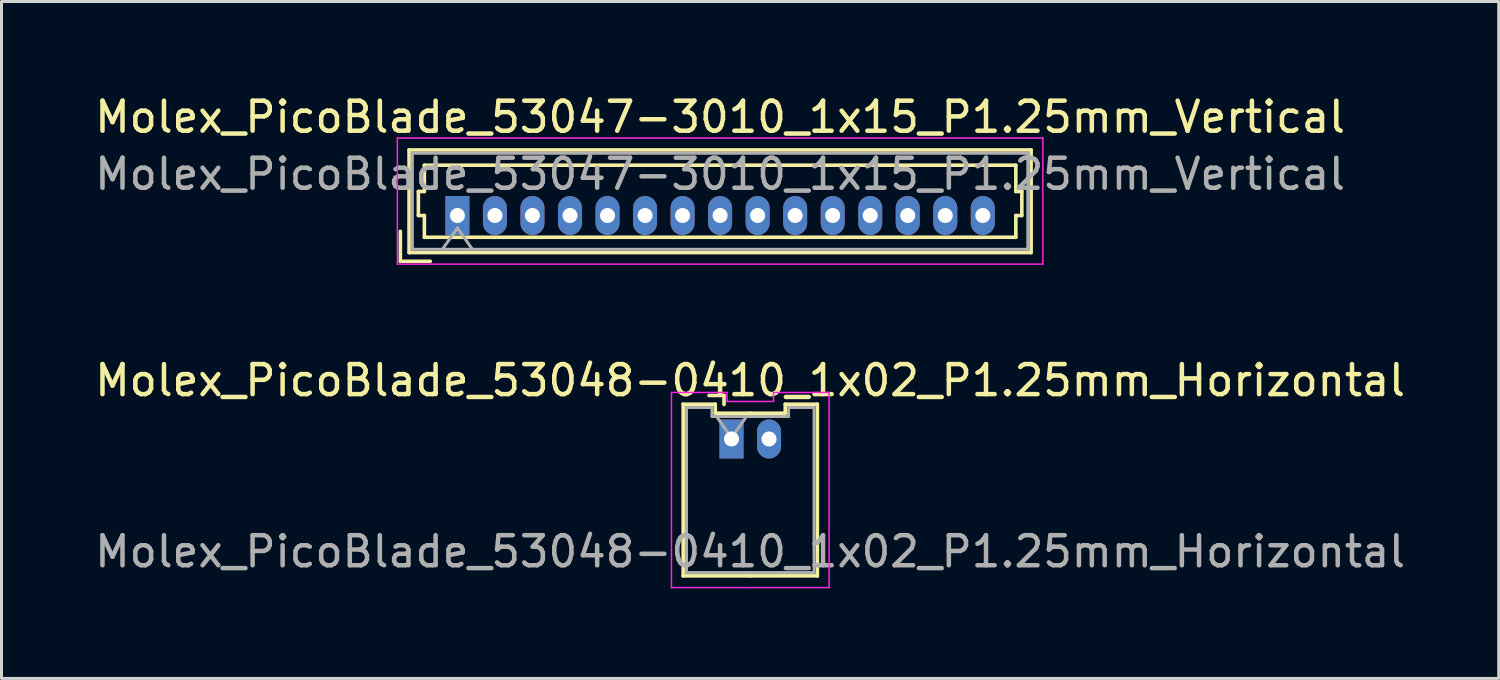
<source format=kicad_pcb>
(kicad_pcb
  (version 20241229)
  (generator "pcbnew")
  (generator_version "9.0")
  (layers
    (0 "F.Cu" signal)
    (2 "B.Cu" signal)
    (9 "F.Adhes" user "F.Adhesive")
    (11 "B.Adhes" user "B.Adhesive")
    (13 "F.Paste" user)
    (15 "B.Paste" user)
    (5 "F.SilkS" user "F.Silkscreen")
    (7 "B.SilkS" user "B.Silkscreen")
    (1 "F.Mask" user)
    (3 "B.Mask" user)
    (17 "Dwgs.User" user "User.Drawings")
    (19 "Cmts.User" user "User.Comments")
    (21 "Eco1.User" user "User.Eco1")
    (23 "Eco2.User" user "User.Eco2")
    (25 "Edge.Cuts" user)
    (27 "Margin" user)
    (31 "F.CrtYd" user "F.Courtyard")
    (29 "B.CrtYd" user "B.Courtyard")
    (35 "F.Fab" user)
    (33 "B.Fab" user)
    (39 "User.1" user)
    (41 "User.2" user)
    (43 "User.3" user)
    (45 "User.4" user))
  (footprint "Molex_PicoBlade_53047-3010_1x15_P1.25mm_Vertical"
    (layer "F.Cu")
    (at 12.185 4.128)
    (property "Reference" "Molex_PicoBlade_53047-3010_1x15_P1.25mm_Vertical" (at 8.75 -3.28 0) (layer "F.SilkS") (effects (font (size 1 1) (thickness 0.15))))
    (attr through_hole)
    (fp_line (start -1.9 1.525) (end -1.9 0.525) (stroke (width 0.12) (type solid)) (layer "F.SilkS"))
    (fp_line (start -1.9 1.525) (end -0.9 1.525) (stroke (width 0.12) (type solid)) (layer "F.SilkS"))
    (fp_line (start -1.61 -2.185) (end -1.61 1.235) (stroke (width 0.12) (type solid)) (layer "F.SilkS"))
    (fp_line (start -1.61 1.235) (end 19.11 1.235) (stroke (width 0.12) (type solid)) (layer "F.SilkS"))
    (fp_line (start -1.3 -0.8) (end -1.1 -0.8) (stroke (width 0.12) (type solid)) (layer "F.SilkS"))
    (fp_line (start -1.3 0) (end -1.3 -0.8) (stroke (width 0.12) (type solid)) (layer "F.SilkS"))
    (fp_line (start -1.1 -1.675) (end 8.75 -1.675) (stroke (width 0.12) (type solid)) (layer "F.SilkS"))
    (fp_line (start -1.1 -0.8) (end -1.1 -1.675) (stroke (width 0.12) (type solid)) (layer "F.SilkS"))
    (fp_line (start -1.1 0) (end -1.3 0) (stroke (width 0.12) (type solid)) (layer "F.SilkS"))
    (fp_line (start -1.1 0.725) (end -1.1 0) (stroke (width 0.12) (type solid)) (layer "F.SilkS"))
    (fp_line (start 8.75 0.725) (end -1.1 0.725) (stroke (width 0.12) (type solid)) (layer "F.SilkS"))
    (fp_line (start 8.75 0.725) (end 18.6 0.725) (stroke (width 0.12) (type solid)) (layer "F.SilkS"))
    (fp_line (start 18.6 -1.675) (end 8.75 -1.675) (stroke (width 0.12) (type solid)) (layer "F.SilkS"))
    (fp_line (start 18.6 -0.8) (end 18.6 -1.675) (stroke (width 0.12) (type solid)) (layer "F.SilkS"))
    (fp_line (start 18.6 0) (end 18.8 0) (stroke (width 0.12) (type solid)) (layer "F.SilkS"))
    (fp_line (start 18.6 0.725) (end 18.6 0) (stroke (width 0.12) (type solid)) (layer "F.SilkS"))
    (fp_line (start 18.8 -0.8) (end 18.6 -0.8) (stroke (width 0.12) (type solid)) (layer "F.SilkS"))
    (fp_line (start 18.8 0) (end 18.8 -0.8) (stroke (width 0.12) (type solid)) (layer "F.SilkS"))
    (fp_line (start 19.11 -2.185) (end -1.61 -2.185) (stroke (width 0.12) (type solid)) (layer "F.SilkS"))
    (fp_line (start 19.11 1.235) (end 19.11 -2.185) (stroke (width 0.12) (type solid)) (layer "F.SilkS"))
    (fp_line (start -2 -2.58) (end -2 1.62) (stroke (width 0.05) (type solid)) (layer "F.CrtYd"))
    (fp_line (start -2 1.62) (end 19.5 1.62) (stroke (width 0.05) (type solid)) (layer "F.CrtYd"))
    (fp_line (start 19.5 -2.58) (end -2 -2.58) (stroke (width 0.05) (type solid)) (layer "F.CrtYd"))
    (fp_line (start 19.5 1.62) (end 19.5 -2.58) (stroke (width 0.05) (type solid)) (layer "F.CrtYd"))
    (fp_line (start -1.5 -2.075) (end -1.5 1.125) (stroke (width 0.1) (type solid)) (layer "F.Fab"))
    (fp_line (start -1.5 1.125) (end 19 1.125) (stroke (width 0.1) (type solid)) (layer "F.Fab"))
    (fp_line (start -0.5 1.125) (end 0 0.418) (stroke (width 0.1) (type solid)) (layer "F.Fab"))
    (fp_line (start 0 0.418) (end 0.5 1.125) (stroke (width 0.1) (type solid)) (layer "F.Fab"))
    (fp_line (start 19 -2.075) (end -1.5 -2.075) (stroke (width 0.1) (type solid)) (layer "F.Fab"))
    (fp_line (start 19 1.125) (end 19 -2.075) (stroke (width 0.1) (type solid)) (layer "F.Fab"))
    (fp_text user "${REFERENCE}" (at 8.75 -1.38 0) (layer "F.Fab") (effects (font (size 1 1) (thickness 0.15))))
    (pad "1" thru_hole rect (at 0 0) (size 0.8 1.3) (drill 0.5) (layers "*.Cu" "*.Mask"))
    (pad "2" thru_hole oval (at 1.25 0) (size 0.8 1.3) (drill 0.5) (layers "*.Cu" "*.Mask"))
    (pad "3" thru_hole oval (at 2.5 0) (size 0.8 1.3) (drill 0.5) (layers "*.Cu" "*.Mask"))
    (pad "4" thru_hole oval (at 3.75 0) (size 0.8 1.3) (drill 0.5) (layers "*.Cu" "*.Mask"))
    (pad "5" thru_hole oval (at 5 0) (size 0.8 1.3) (drill 0.5) (layers "*.Cu" "*.Mask"))
    (pad "6" thru_hole oval (at 6.25 0) (size 0.8 1.3) (drill 0.5) (layers "*.Cu" "*.Mask"))
    (pad "7" thru_hole oval (at 7.5 0) (size 0.8 1.3) (drill 0.5) (layers "*.Cu" "*.Mask"))
    (pad "8" thru_hole oval (at 8.75 0) (size 0.8 1.3) (drill 0.5) (layers "*.Cu" "*.Mask"))
    (pad "9" thru_hole oval (at 10 0) (size 0.8 1.3) (drill 0.5) (layers "*.Cu" "*.Mask"))
    (pad "10" thru_hole oval (at 11.25 0) (size 0.8 1.3) (drill 0.5) (layers "*.Cu" "*.Mask"))
    (pad "11" thru_hole oval (at 12.5 0) (size 0.8 1.3) (drill 0.5) (layers "*.Cu" "*.Mask"))
    (pad "12" thru_hole oval (at 13.75 0) (size 0.8 1.3) (drill 0.5) (layers "*.Cu" "*.Mask"))
    (pad "13" thru_hole oval (at 15 0) (size 0.8 1.3) (drill 0.5) (layers "*.Cu" "*.Mask"))
    (pad "14" thru_hole oval (at 16.25 0) (size 0.8 1.3) (drill 0.5) (layers "*.Cu" "*.Mask"))
    (pad "15" thru_hole oval (at 17.5 0) (size 0.8 1.3) (drill 0.5) (layers "*.Cu" "*.Mask")))
  (footprint "Molex_PicoBlade_53048-0410_1x02_P1.25mm_Horizontal"
    (layer "F.Cu")
    (at 21.315 11.572)
    (property "Reference" "Molex_PicoBlade_53048-0410_1x02_P1.25mm_Horizontal" (at 0.62 -1.95 0) (layer "F.SilkS") (effects (font (size 1 1) (thickness 0.15))))
    (attr through_hole)
    (fp_line (start -1.61 -1.16) (end -1.61 4.56) (stroke (width 0.12) (type solid)) (layer "F.SilkS"))
    (fp_line (start -1.61 4.56) (end 0.625 4.56) (stroke (width 0.12) (type solid)) (layer "F.SilkS"))
    (fp_line (start -0.54 -1.16) (end -1.61 -1.16) (stroke (width 0.12) (type solid)) (layer "F.SilkS"))
    (fp_line (start -0.54 -0.86) (end -0.54 -1.16) (stroke (width 0.12) (type solid)) (layer "F.SilkS"))
    (fp_line (start -0.25 -1.45) (end -0.75 -1.45) (stroke (width 0.12) (type solid)) (layer "F.SilkS"))
    (fp_line (start -0.25 -1.15) (end -0.25 -1.45) (stroke (width 0.12) (type solid)) (layer "F.SilkS"))
    (fp_line (start 0.625 -0.86) (end -0.54 -0.86) (stroke (width 0.12) (type solid)) (layer "F.SilkS"))
    (fp_line (start 0.625 -0.86) (end 1.79 -0.86) (stroke (width 0.12) (type solid)) (layer "F.SilkS"))
    (fp_line (start 1.79 -1.16) (end 2.86 -1.16) (stroke (width 0.12) (type solid)) (layer "F.SilkS"))
    (fp_line (start 1.79 -0.86) (end 1.79 -1.16) (stroke (width 0.12) (type solid)) (layer "F.SilkS"))
    (fp_line (start 2.86 -1.16) (end 2.86 4.56) (stroke (width 0.12) (type solid)) (layer "F.SilkS"))
    (fp_line (start 2.86 4.56) (end 0.625 4.56) (stroke (width 0.12) (type solid)) (layer "F.SilkS"))
    (fp_line (start -2 -1.55) (end -2 4.95) (stroke (width 0.05) (type solid)) (layer "F.CrtYd"))
    (fp_line (start -2 4.95) (end 0.62 4.95) (stroke (width 0.05) (type solid)) (layer "F.CrtYd"))
    (fp_line (start -0.15 -1.55) (end -2 -1.55) (stroke (width 0.05) (type solid)) (layer "F.CrtYd"))
    (fp_line (start -0.15 -1.25) (end -0.15 -1.55) (stroke (width 0.05) (type solid)) (layer "F.CrtYd"))
    (fp_line (start 0.62 -1.25) (end -0.15 -1.25) (stroke (width 0.05) (type solid)) (layer "F.CrtYd"))
    (fp_line (start 0.63 -1.25) (end 1.4 -1.25) (stroke (width 0.05) (type solid)) (layer "F.CrtYd"))
    (fp_line (start 1.4 -1.55) (end 3.25 -1.55) (stroke (width 0.05) (type solid)) (layer "F.CrtYd"))
    (fp_line (start 1.4 -1.25) (end 1.4 -1.55) (stroke (width 0.05) (type solid)) (layer "F.CrtYd"))
    (fp_line (start 3.25 -1.55) (end 3.25 4.95) (stroke (width 0.05) (type solid)) (layer "F.CrtYd"))
    (fp_line (start 3.25 4.95) (end 0.63 4.95) (stroke (width 0.05) (type solid)) (layer "F.CrtYd"))
    (fp_line (start -1.5 -1.05) (end -1.5 4.45) (stroke (width 0.1) (type solid)) (layer "F.Fab"))
    (fp_line (start -1.5 4.45) (end 0.625 4.45) (stroke (width 0.1) (type solid)) (layer "F.Fab"))
    (fp_line (start -0.65 -1.05) (end -1.5 -1.05) (stroke (width 0.1) (type solid)) (layer "F.Fab"))
    (fp_line (start -0.65 -0.75) (end -0.65 -1.05) (stroke (width 0.1) (type solid)) (layer "F.Fab"))
    (fp_line (start -0.5 -0.75) (end 0 -0.043) (stroke (width 0.1) (type solid)) (layer "F.Fab"))
    (fp_line (start 0 -0.043) (end 0.5 -0.75) (stroke (width 0.1) (type solid)) (layer "F.Fab"))
    (fp_line (start 0.625 -0.75) (end -0.65 -0.75) (stroke (width 0.1) (type solid)) (layer "F.Fab"))
    (fp_line (start 0.625 -0.75) (end 1.9 -0.75) (stroke (width 0.1) (type solid)) (layer "F.Fab"))
    (fp_line (start 1.9 -1.05) (end 2.75 -1.05) (stroke (width 0.1) (type solid)) (layer "F.Fab"))
    (fp_line (start 1.9 -0.75) (end 1.9 -1.05) (stroke (width 0.1) (type solid)) (layer "F.Fab"))
    (fp_line (start 2.75 -1.05) (end 2.75 4.45) (stroke (width 0.1) (type solid)) (layer "F.Fab"))
    (fp_line (start 2.75 4.45) (end 0.625 4.45) (stroke (width 0.1) (type solid)) (layer "F.Fab"))
    (fp_text user "${REFERENCE}" (at 0.62 3.75 0) (layer "F.Fab") (effects (font (size 1 1) (thickness 0.15))))
    (pad "1" thru_hole rect (at 0 0) (size 0.8 1.3) (drill 0.5) (layers "*.Cu" "*.Mask"))
    (pad "2" thru_hole oval (at 1.25 0) (size 0.8 1.3) (drill 0.5) (layers "*.Cu" "*.Mask")))
  (gr_rect
    (start -3 -3)
    (end 46.869 19.547)
    (stroke (width 0.1) (type default))
    (fill no)
    (layer "Edge.Cuts")))
</source>
